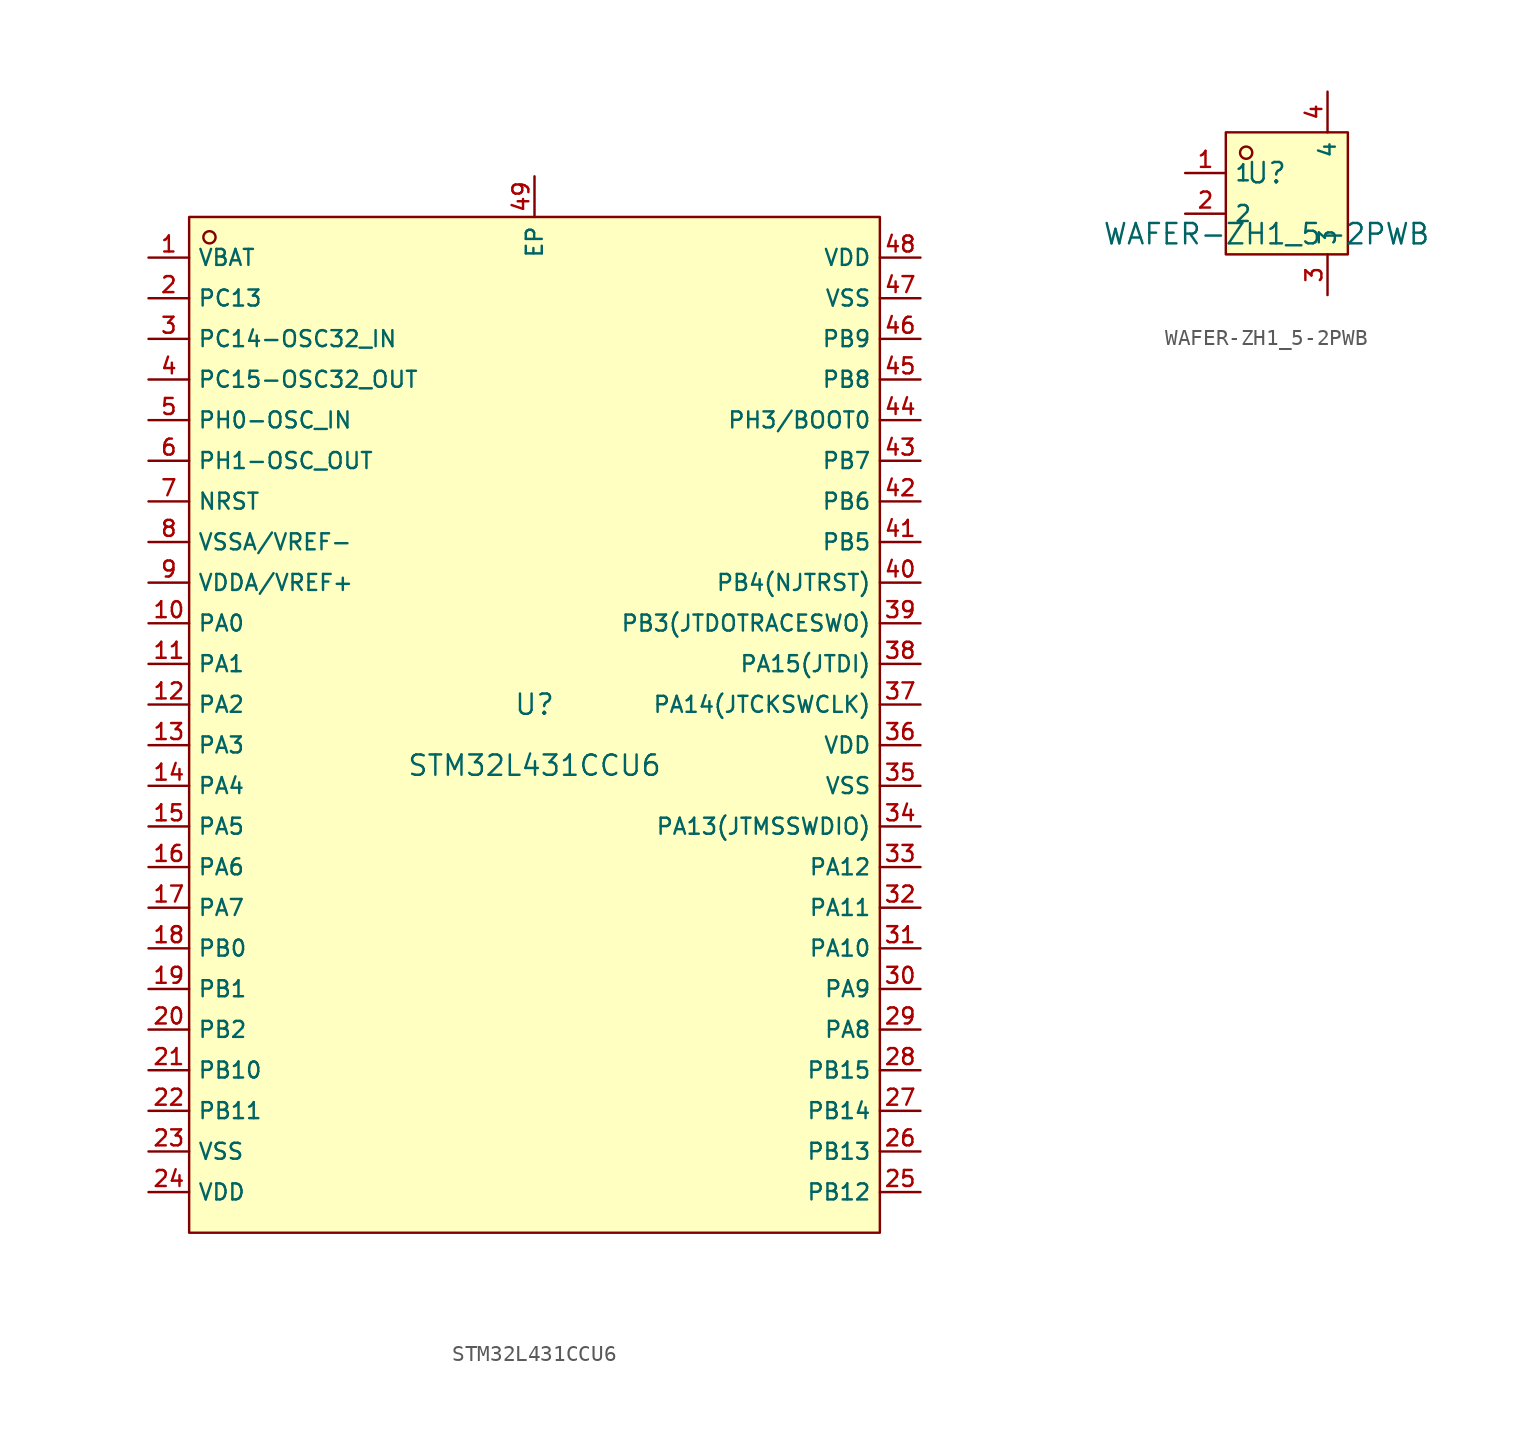
<source format=kicad_sym>
(kicad_symbol_lib
  (version 20210201)
  (generator TousstNicolas/JLC2KiCad_lib)
  (symbol "STM32L431CCU6"
    (property "Reference" "U"
      (at 0 1.27 0)
      (effects (font (size 1.27 1.27))))
    (property "Value" "STM32L431CCU6"
      (at 0 -2.54 0)
      (effects (font (size 1.27 1.27))))
    (symbol "STM32L431CCU6_0_1"
      (rectangle (start -21.59 31.75) (end 21.59 -31.75) (stroke (width 0) (type default) (color 0 0 0 0)) (fill (type background)))
      (circle (center -20.32 30.48) (radius 0.381) (stroke (width 0) (type default) (color 0 0 0 0)) (fill (type background)))
      (pin unspecified line (at -24.13 29.21 0) (length 2.54) (name "VBAT" (effects (font (size 1 1)))) (number "1" (effects (font (size 1 1)))))
      (pin unspecified line (at -24.13 26.67 0) (length 2.54) (name "PC13" (effects (font (size 1 1)))) (number "2" (effects (font (size 1 1)))))
      (pin unspecified line (at -24.13 24.13 0) (length 2.54) (name "PC14-OSC32_IN" (effects (font (size 1 1)))) (number "3" (effects (font (size 1 1)))))
      (pin unspecified line (at -24.13 21.59 0) (length 2.54) (name "PC15-OSC32_OUT" (effects (font (size 1 1)))) (number "4" (effects (font (size 1 1)))))
      (pin unspecified line (at -24.13 19.05 0) (length 2.54) (name "PH0-OSC_IN" (effects (font (size 1 1)))) (number "5" (effects (font (size 1 1)))))
      (pin unspecified line (at -24.13 16.51 0) (length 2.54) (name "PH1-OSC_OUT" (effects (font (size 1 1)))) (number "6" (effects (font (size 1 1)))))
      (pin unspecified line (at -24.13 13.97 0) (length 2.54) (name "NRST" (effects (font (size 1 1)))) (number "7" (effects (font (size 1 1)))))
      (pin unspecified line (at -24.13 11.43 0) (length 2.54) (name "VSSA/VREF-" (effects (font (size 1 1)))) (number "8" (effects (font (size 1 1)))))
      (pin unspecified line (at -24.13 8.89 0) (length 2.54) (name "VDDA/VREF+" (effects (font (size 1 1)))) (number "9" (effects (font (size 1 1)))))
      (pin unspecified line (at -24.13 6.35 0) (length 2.54) (name "PA0" (effects (font (size 1 1)))) (number "10" (effects (font (size 1 1)))))
      (pin unspecified line (at -24.13 3.81 0) (length 2.54) (name "PA1" (effects (font (size 1 1)))) (number "11" (effects (font (size 1 1)))))
      (pin unspecified line (at -24.13 1.27 0) (length 2.54) (name "PA2" (effects (font (size 1 1)))) (number "12" (effects (font (size 1 1)))))
      (pin unspecified line (at -24.13 -1.27 0) (length 2.54) (name "PA3" (effects (font (size 1 1)))) (number "13" (effects (font (size 1 1)))))
      (pin unspecified line (at -24.13 -3.81 0) (length 2.54) (name "PA4" (effects (font (size 1 1)))) (number "14" (effects (font (size 1 1)))))
      (pin unspecified line (at -24.13 -6.35 0) (length 2.54) (name "PA5" (effects (font (size 1 1)))) (number "15" (effects (font (size 1 1)))))
      (pin unspecified line (at -24.13 -8.89 0) (length 2.54) (name "PA6" (effects (font (size 1 1)))) (number "16" (effects (font (size 1 1)))))
      (pin unspecified line (at -24.13 -11.43 0) (length 2.54) (name "PA7" (effects (font (size 1 1)))) (number "17" (effects (font (size 1 1)))))
      (pin unspecified line (at -24.13 -13.97 0) (length 2.54) (name "PB0" (effects (font (size 1 1)))) (number "18" (effects (font (size 1 1)))))
      (pin unspecified line (at -24.13 -16.51 0) (length 2.54) (name "PB1" (effects (font (size 1 1)))) (number "19" (effects (font (size 1 1)))))
      (pin unspecified line (at -24.13 -19.05 0) (length 2.54) (name "PB2" (effects (font (size 1 1)))) (number "20" (effects (font (size 1 1)))))
      (pin unspecified line (at -24.13 -21.59 0) (length 2.54) (name "PB10" (effects (font (size 1 1)))) (number "21" (effects (font (size 1 1)))))
      (pin unspecified line (at -24.13 -24.13 0) (length 2.54) (name "PB11" (effects (font (size 1 1)))) (number "22" (effects (font (size 1 1)))))
      (pin unspecified line (at -24.13 -26.67 0) (length 2.54) (name "VSS" (effects (font (size 1 1)))) (number "23" (effects (font (size 1 1)))))
      (pin unspecified line (at -24.13 -29.21 0) (length 2.54) (name "VDD" (effects (font (size 1 1)))) (number "24" (effects (font (size 1 1)))))
      (pin unspecified line (at 24.13 -29.21 180) (length 2.54) (name "PB12" (effects (font (size 1 1)))) (number "25" (effects (font (size 1 1)))))
      (pin unspecified line (at 24.13 -26.67 180) (length 2.54) (name "PB13" (effects (font (size 1 1)))) (number "26" (effects (font (size 1 1)))))
      (pin unspecified line (at 24.13 -24.13 180) (length 2.54) (name "PB14" (effects (font (size 1 1)))) (number "27" (effects (font (size 1 1)))))
      (pin unspecified line (at 24.13 -21.59 180) (length 2.54) (name "PB15" (effects (font (size 1 1)))) (number "28" (effects (font (size 1 1)))))
      (pin unspecified line (at 24.13 -19.05 180) (length 2.54) (name "PA8" (effects (font (size 1 1)))) (number "29" (effects (font (size 1 1)))))
      (pin unspecified line (at 24.13 -16.51 180) (length 2.54) (name "PA9" (effects (font (size 1 1)))) (number "30" (effects (font (size 1 1)))))
      (pin unspecified line (at 24.13 -13.97 180) (length 2.54) (name "PA10" (effects (font (size 1 1)))) (number "31" (effects (font (size 1 1)))))
      (pin unspecified line (at 24.13 -11.43 180) (length 2.54) (name "PA11" (effects (font (size 1 1)))) (number "32" (effects (font (size 1 1)))))
      (pin unspecified line (at 24.13 -8.89 180) (length 2.54) (name "PA12" (effects (font (size 1 1)))) (number "33" (effects (font (size 1 1)))))
      (pin unspecified line (at 24.13 -6.35 180) (length 2.54) (name "PA13(JTMSSWDIO)" (effects (font (size 1 1)))) (number "34" (effects (font (size 1 1)))))
      (pin unspecified line (at 24.13 -3.81 180) (length 2.54) (name "VSS" (effects (font (size 1 1)))) (number "35" (effects (font (size 1 1)))))
      (pin unspecified line (at 24.13 -1.27 180) (length 2.54) (name "VDD" (effects (font (size 1 1)))) (number "36" (effects (font (size 1 1)))))
      (pin unspecified line (at 24.13 1.27 180) (length 2.54) (name "PA14(JTCKSWCLK)" (effects (font (size 1 1)))) (number "37" (effects (font (size 1 1)))))
      (pin unspecified line (at 24.13 3.81 180) (length 2.54) (name "PA15(JTDI)" (effects (font (size 1 1)))) (number "38" (effects (font (size 1 1)))))
      (pin unspecified line (at 24.13 6.35 180) (length 2.54) (name "PB3(JTDOTRACESWO)" (effects (font (size 1 1)))) (number "39" (effects (font (size 1 1)))))
      (pin unspecified line (at 24.13 8.89 180) (length 2.54) (name "PB4(NJTRST)" (effects (font (size 1 1)))) (number "40" (effects (font (size 1 1)))))
      (pin unspecified line (at 24.13 11.43 180) (length 2.54) (name "PB5" (effects (font (size 1 1)))) (number "41" (effects (font (size 1 1)))))
      (pin unspecified line (at 24.13 13.97 180) (length 2.54) (name "PB6" (effects (font (size 1 1)))) (number "42" (effects (font (size 1 1)))))
      (pin unspecified line (at 24.13 16.51 180) (length 2.54) (name "PB7" (effects (font (size 1 1)))) (number "43" (effects (font (size 1 1)))))
      (pin unspecified line (at 24.13 19.05 180) (length 2.54) (name "PH3/BOOT0" (effects (font (size 1 1)))) (number "44" (effects (font (size 1 1)))))
      (pin unspecified line (at 24.13 21.59 180) (length 2.54) (name "PB8" (effects (font (size 1 1)))) (number "45" (effects (font (size 1 1)))))
      (pin unspecified line (at 24.13 24.13 180) (length 2.54) (name "PB9" (effects (font (size 1 1)))) (number "46" (effects (font (size 1 1)))))
      (pin unspecified line (at 24.13 26.67 180) (length 2.54) (name "VSS" (effects (font (size 1 1)))) (number "47" (effects (font (size 1 1)))))
      (pin unspecified line (at 24.13 29.21 180) (length 2.54) (name "VDD" (effects (font (size 1 1)))) (number "48" (effects (font (size 1 1)))))
      (pin unspecified line (at 0.0 34.29 270) (length 2.54) (name "EP" (effects (font (size 1 1)))) (number "49" (effects (font (size 1 1)))))))
  (symbol "WAFER-ZH1_5-2PWB"
    (property "Reference" "U"
      (at 0 1.27 0)
      (effects (font (size 1.27 1.27))))
    (property "Value" "WAFER-ZH1_5-2PWB"
      (at 0 -2.54 0)
      (effects (font (size 1.27 1.27))))
    (symbol "WAFER-ZH1_5-2PWB_0_1"
      (rectangle (start -2.54 3.81) (end 5.08 -3.81) (stroke (width 0) (type default) (color 0 0 0 0)) (fill (type background)))
      (circle (center -1.27 2.54) (radius 0.381) (stroke (width 0) (type default) (color 0 0 0 0)) (fill (type background)))
      (pin unspecified line (at -5.08 1.27 0) (length 2.54) (name "1" (effects (font (size 1 1)))) (number "1" (effects (font (size 1 1)))))
      (pin unspecified line (at -5.08 -1.27 0) (length 2.54) (name "2" (effects (font (size 1 1)))) (number "2" (effects (font (size 1 1)))))
      (pin unspecified line (at 3.81 -6.35 90) (length 2.54) (name "3" (effects (font (size 1 1)))) (number "3" (effects (font (size 1 1)))))
      (pin unspecified line (at 3.81 6.35 270) (length 2.54) (name "4" (effects (font (size 1 1)))) (number "4" (effects (font (size 1 1))))))))
</source>
